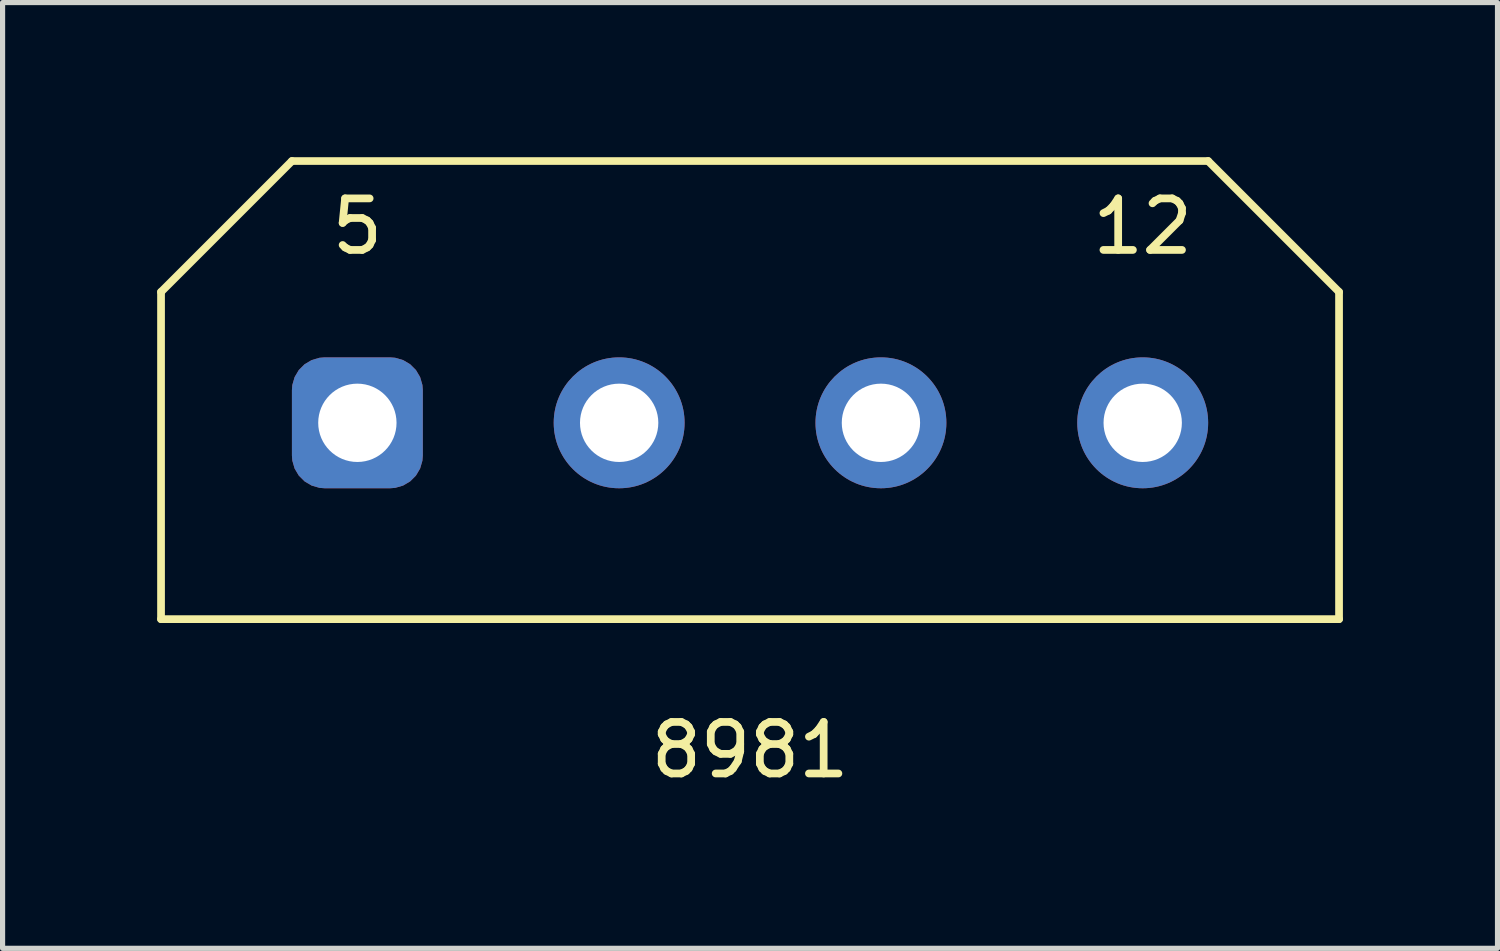
<source format=kicad_pcb>
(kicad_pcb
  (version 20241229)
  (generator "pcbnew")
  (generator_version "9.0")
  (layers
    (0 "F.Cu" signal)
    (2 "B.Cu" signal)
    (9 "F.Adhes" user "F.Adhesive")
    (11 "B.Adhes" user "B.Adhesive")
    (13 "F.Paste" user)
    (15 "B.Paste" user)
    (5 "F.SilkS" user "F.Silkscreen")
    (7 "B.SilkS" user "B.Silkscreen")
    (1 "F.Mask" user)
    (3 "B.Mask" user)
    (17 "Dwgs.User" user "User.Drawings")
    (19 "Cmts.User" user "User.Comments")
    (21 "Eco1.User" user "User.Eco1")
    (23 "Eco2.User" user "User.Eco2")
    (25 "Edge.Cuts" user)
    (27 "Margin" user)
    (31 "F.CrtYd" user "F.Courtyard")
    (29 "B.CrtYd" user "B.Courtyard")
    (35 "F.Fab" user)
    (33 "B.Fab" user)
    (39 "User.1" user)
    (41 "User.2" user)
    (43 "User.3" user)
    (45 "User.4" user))
  (footprint "8981"
    (layer "F.Cu")
    (at 11.505 5.155)
    (property "Reference" "8981" (at 0 6.35 0) (layer "F.SilkS") (effects (font (size 1 1) (thickness 0.15))))
    (attr through_hole)
    (fp_line (start -11.43 -2.54) (end -8.89 -5.08) (stroke (width 0.15) (type solid)) (layer "F.SilkS"))
    (fp_line (start -11.43 3.81) (end -11.43 -2.54) (stroke (width 0.15) (type solid)) (layer "F.SilkS"))
    (fp_line (start -8.89 -5.08) (end 8.89 -5.08) (stroke (width 0.15) (type solid)) (layer "F.SilkS"))
    (fp_line (start 8.89 -5.08) (end 11.43 -2.54) (stroke (width 0.15) (type solid)) (layer "F.SilkS"))
    (fp_line (start 11.43 -2.54) (end 11.43 3.81) (stroke (width 0.15) (type solid)) (layer "F.SilkS"))
    (fp_line (start 11.43 3.81) (end -11.43 3.81) (stroke (width 0.15) (type solid)) (layer "F.SilkS"))
    (fp_text user "12" (at 7.62 -3.81 0) (layer "F.SilkS") (effects (font (size 1 1) (thickness 0.15))))
    (fp_text user "5" (at -7.62 -3.81 0) (layer "F.SilkS") (effects (font (size 1 1) (thickness 0.15))))
    (pad "1" thru_hole roundrect (at -7.62 0) (size 2.54 2.54) (drill 1.52) (layers "*.Cu" "*.Mask") (roundrect_rratio 0.25))
    (pad "2" thru_hole circle (at -2.54 0) (size 2.54 2.54) (drill 1.52) (layers "*.Cu" "*.Mask"))
    (pad "3" thru_hole circle (at 2.54 0) (size 2.54 2.54) (drill 1.52) (layers "*.Cu" "*.Mask"))
    (pad "4" thru_hole circle (at 7.62 0) (size 2.54 2.54) (drill 1.52) (layers "*.Cu" "*.Mask")))
  (gr_rect
    (start -3 -3)
    (end 26.01 15.353)
    (stroke (width 0.1) (type default))
    (fill no)
    (layer "Edge.Cuts")))
</source>
